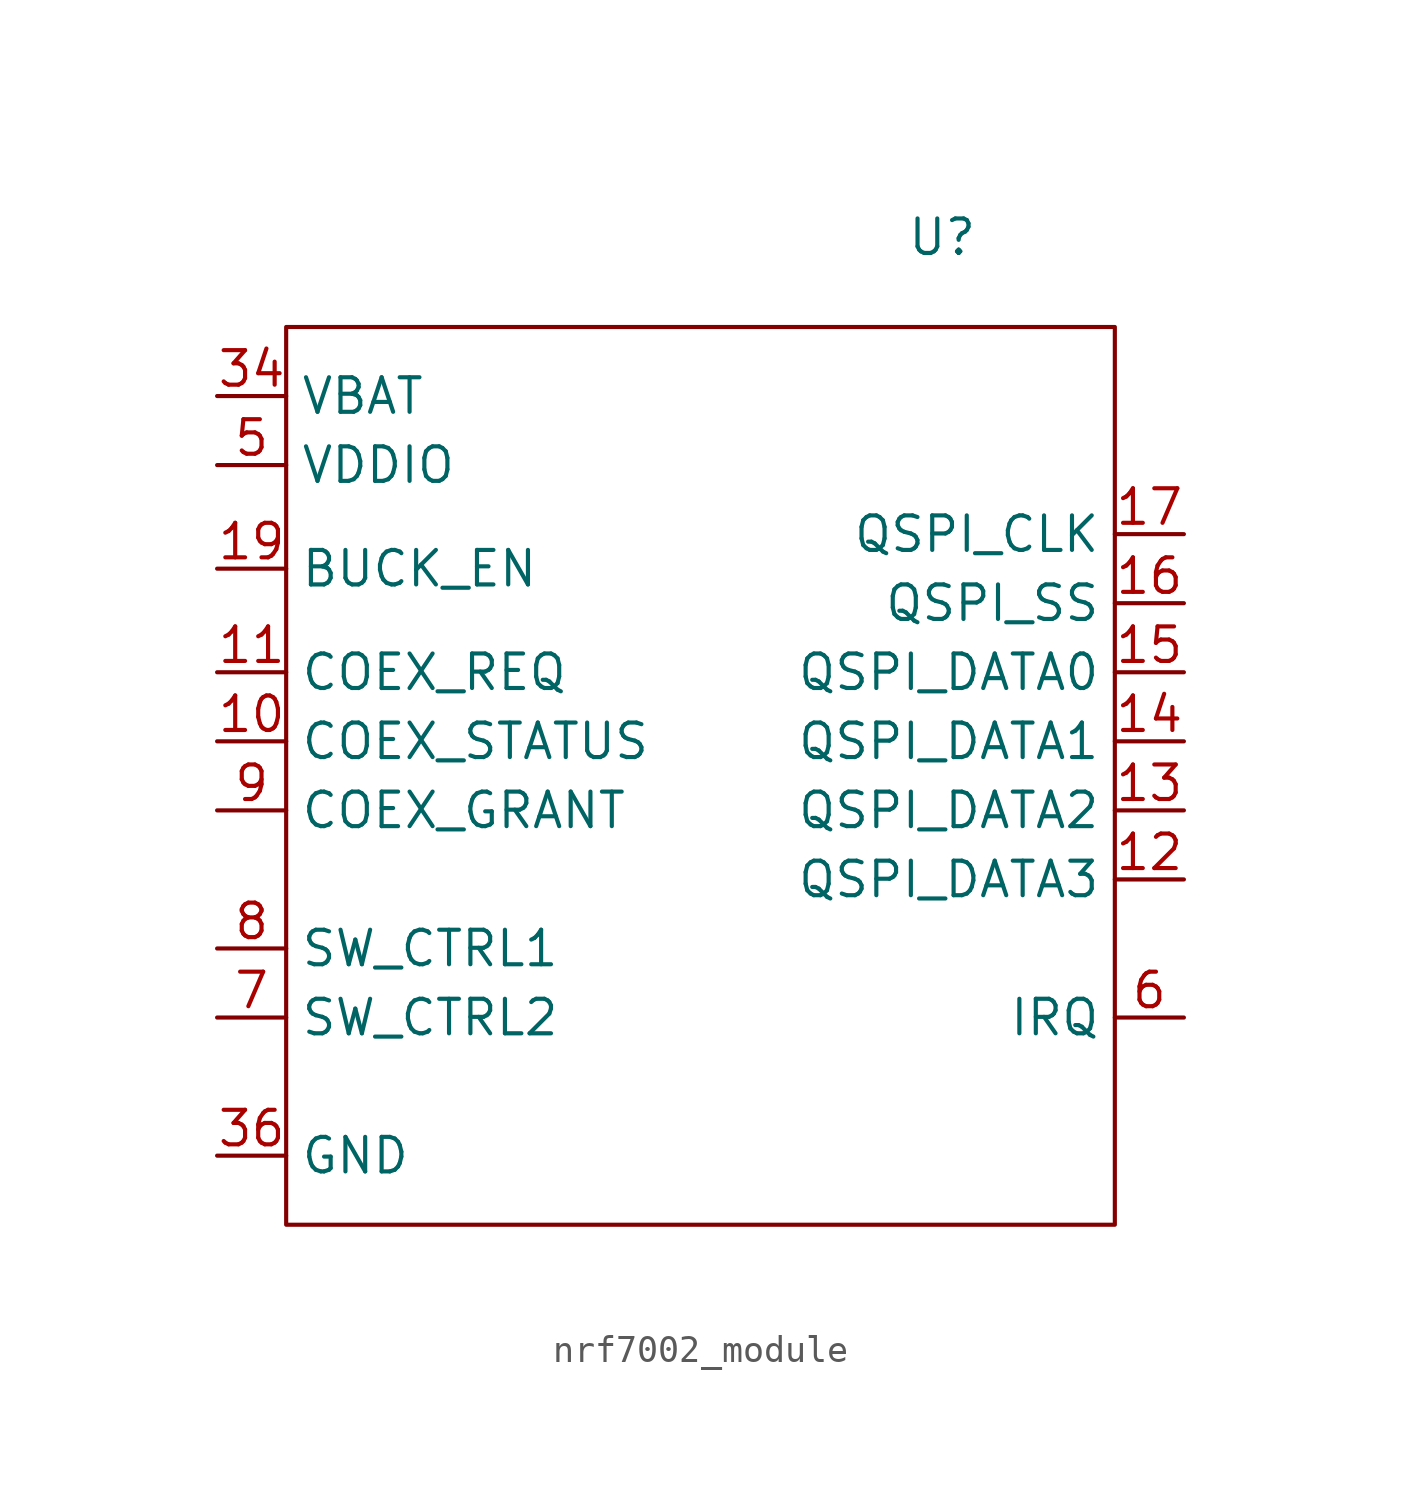
<source format=kicad_sym>
(kicad_symbol_lib
  (version 20231120)
  (generator "kicad_symbol_editor")
  (generator_version "8.0")
  (symbol "nrf7002_module"
    (property "Reference" "U"
      (at 26.67 5.842 0)
      (effects (font (size 1.27 1.27))))
    (property "Value" ""
      (at 0 0 0)
      (effects (font (size 1.27 1.27))))
    (symbol "nrf7002_module_0_1"
      (rectangle (start 2.54 2.54) (end 33.02 -30.48) (stroke (width 0) (type default)) (fill (type none))))
    (symbol "nrf7002_module_1_0"
      (pin passive line (at 35.56 -27.94 180) (length 2.54) hide (name "NC" (effects (font (size 1.27 1.27)))) (number "33" (effects (font (size 1.27 1.27))))))
    (symbol "nrf7002_module_1_1"
      (pin passive line (at 35.56 -27.94 180) (length 2.54) hide (name "NC" (effects (font (size 1.27 1.27)))) (number "1" (effects (font (size 1.27 1.27)))))
      (pin input line (at 0 -12.7 0) (length 2.54) (name "COEX_STATUS" (effects (font (size 1.27 1.27)))) (number "10" (effects (font (size 1.27 1.27)))))
      (pin input line (at 0 -10.16 0) (length 2.54) (name "COEX_REQ" (effects (font (size 1.27 1.27)))) (number "11" (effects (font (size 1.27 1.27)))))
      (pin bidirectional line (at 35.56 -17.78 180) (length 2.54) (name "QSPI_DATA3" (effects (font (size 1.27 1.27)))) (number "12" (effects (font (size 1.27 1.27)))))
      (pin bidirectional line (at 35.56 -15.24 180) (length 2.54) (name "QSPI_DATA2" (effects (font (size 1.27 1.27)))) (number "13" (effects (font (size 1.27 1.27)))))
      (pin bidirectional line (at 35.56 -12.7 180) (length 2.54) (name "QSPI_DATA1" (effects (font (size 1.27 1.27)))) (number "14" (effects (font (size 1.27 1.27)))))
      (pin bidirectional line (at 35.56 -10.16 180) (length 2.54) (name "QSPI_DATA0" (effects (font (size 1.27 1.27)))) (number "15" (effects (font (size 1.27 1.27)))))
      (pin input line (at 35.56 -7.62 180) (length 2.54) (name "QSPI_SS" (effects (font (size 1.27 1.27)))) (number "16" (effects (font (size 1.27 1.27)))))
      (pin input line (at 35.56 -5.08 180) (length 2.54) (name "QSPI_CLK" (effects (font (size 1.27 1.27)))) (number "17" (effects (font (size 1.27 1.27)))))
      (pin passive line (at 35.56 -27.94 180) (length 2.54) hide (name "NC" (effects (font (size 1.27 1.27)))) (number "18" (effects (font (size 1.27 1.27)))))
      (pin input line (at 0 -6.35 0) (length 2.54) (name "BUCK_EN" (effects (font (size 1.27 1.27)))) (number "19" (effects (font (size 1.27 1.27)))))
      (pin passive line (at 35.56 -27.94 180) (length 2.54) hide (name "NC" (effects (font (size 1.27 1.27)))) (number "2" (effects (font (size 1.27 1.27)))))
      (pin passive line (at 35.56 -27.94 180) (length 2.54) hide (name "VDD_BUCK" (effects (font (size 1.27 1.27)))) (number "20" (effects (font (size 1.27 1.27)))))
      (pin passive line (at 35.56 -27.94 180) (length 2.54) hide (name "NC" (effects (font (size 1.27 1.27)))) (number "21" (effects (font (size 1.27 1.27)))))
      (pin passive line (at 35.56 -27.94 180) (length 2.54) hide (name "NC" (effects (font (size 1.27 1.27)))) (number "22" (effects (font (size 1.27 1.27)))))
      (pin passive line (at 35.56 -27.94 180) (length 2.54) hide (name "NC" (effects (font (size 1.27 1.27)))) (number "23" (effects (font (size 1.27 1.27)))))
      (pin passive line (at 35.56 -27.94 180) (length 2.54) hide (name "NC" (effects (font (size 1.27 1.27)))) (number "24" (effects (font (size 1.27 1.27)))))
      (pin passive line (at 35.56 -27.94 180) (length 2.54) hide (name "NC" (effects (font (size 1.27 1.27)))) (number "25" (effects (font (size 1.27 1.27)))))
      (pin passive line (at 35.56 -27.94 180) (length 2.54) hide (name "NC" (effects (font (size 1.27 1.27)))) (number "26" (effects (font (size 1.27 1.27)))))
      (pin passive line (at 35.56 -27.94 180) (length 2.54) hide (name "NC" (effects (font (size 1.27 1.27)))) (number "27" (effects (font (size 1.27 1.27)))))
      (pin passive line (at 35.56 -27.94 180) (length 2.54) hide (name "NC" (effects (font (size 1.27 1.27)))) (number "28" (effects (font (size 1.27 1.27)))))
      (pin passive line (at 35.56 -27.94 180) (length 2.54) hide (name "NC" (effects (font (size 1.27 1.27)))) (number "29" (effects (font (size 1.27 1.27)))))
      (pin passive line (at 35.56 -27.94 180) (length 2.54) hide (name "NC" (effects (font (size 1.27 1.27)))) (number "3" (effects (font (size 1.27 1.27)))))
      (pin passive line (at 35.56 -27.94 180) (length 2.54) hide (name "NC" (effects (font (size 1.27 1.27)))) (number "30" (effects (font (size 1.27 1.27)))))
      (pin passive line (at 35.56 -27.94 180) (length 2.54) hide (name "NC" (effects (font (size 1.27 1.27)))) (number "31" (effects (font (size 1.27 1.27)))))
      (pin passive line (at 35.56 -27.94 180) (length 2.54) hide (name "PALDO" (effects (font (size 1.27 1.27)))) (number "32" (effects (font (size 1.27 1.27)))))
      (pin power_in line (at 0 0 0) (length 2.54) (name "VBAT" (effects (font (size 1.27 1.27)))) (number "34" (effects (font (size 1.27 1.27)))))
      (pin passive line (at 35.56 -27.94 180) (length 2.54) hide (name "NC" (effects (font (size 1.27 1.27)))) (number "35" (effects (font (size 1.27 1.27)))))
      (pin power_in line (at 0 -27.94 0) (length 2.54) (name "GND" (effects (font (size 1.27 1.27)))) (number "36" (effects (font (size 1.27 1.27)))))
      (pin passive line (at 35.56 -27.94 180) (length 2.54) hide (name "PWRIOVDD" (effects (font (size 1.27 1.27)))) (number "4" (effects (font (size 1.27 1.27)))))
      (pin power_in line (at 0 -2.54 0) (length 2.54) (name "VDDIO" (effects (font (size 1.27 1.27)))) (number "5" (effects (font (size 1.27 1.27)))))
      (pin output line (at 35.56 -22.86 180) (length 2.54) (name "IRQ" (effects (font (size 1.27 1.27)))) (number "6" (effects (font (size 1.27 1.27)))))
      (pin input line (at 0 -22.86 0) (length 2.54) (name "SW_CTRL2" (effects (font (size 1.27 1.27)))) (number "7" (effects (font (size 1.27 1.27)))))
      (pin input line (at 0 -20.32 0) (length 2.54) (name "SW_CTRL1" (effects (font (size 1.27 1.27)))) (number "8" (effects (font (size 1.27 1.27)))))
      (pin input line (at 0 -15.24 0) (length 2.54) (name "COEX_GRANT" (effects (font (size 1.27 1.27)))) (number "9" (effects (font (size 1.27 1.27))))))))
</source>
